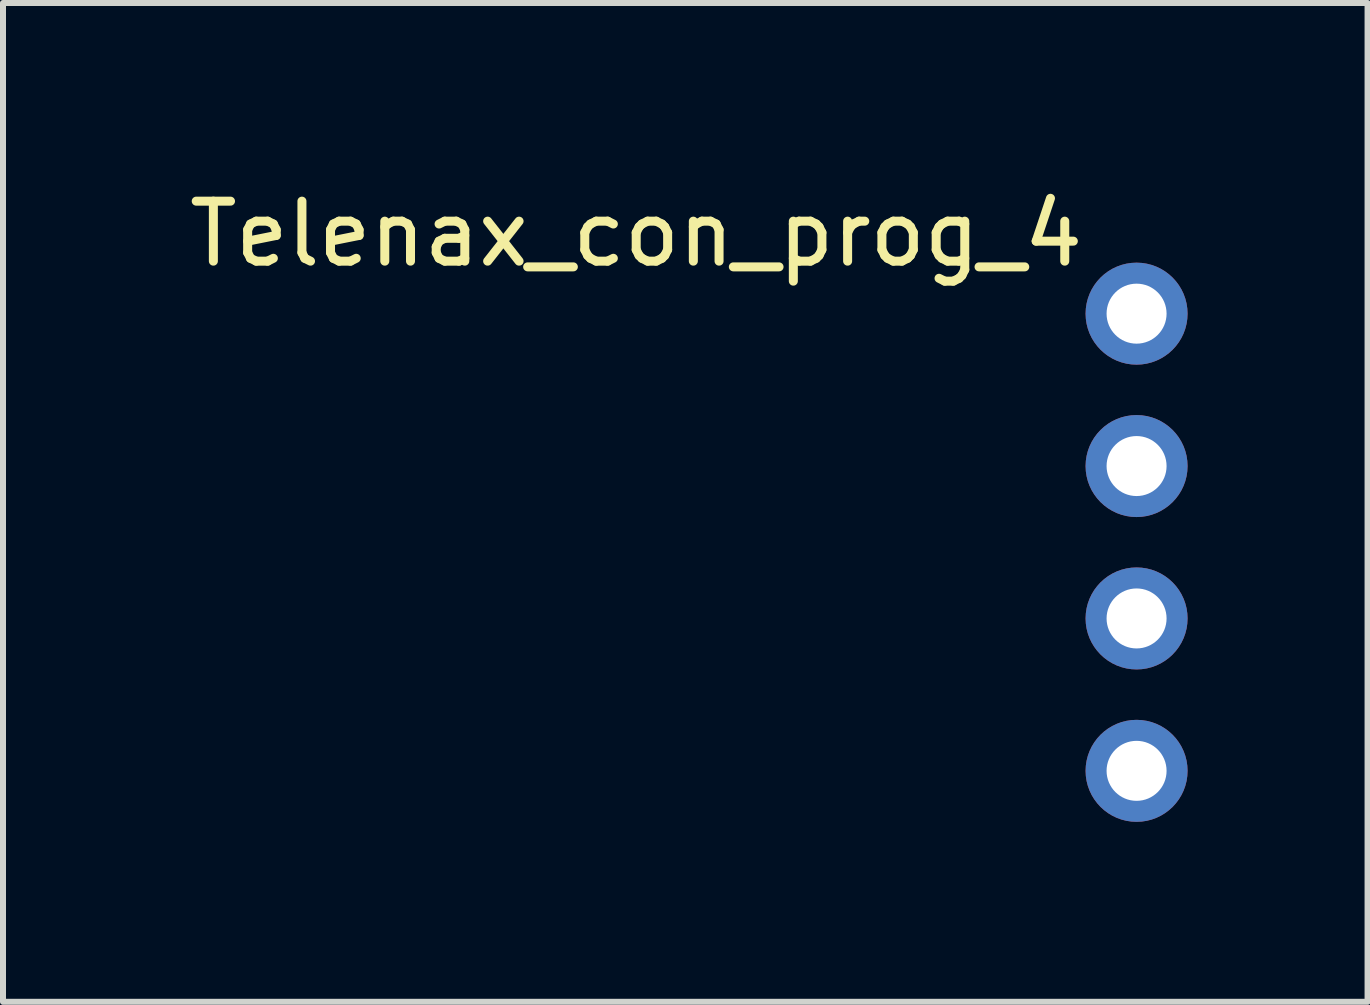
<source format=kicad_pcb>
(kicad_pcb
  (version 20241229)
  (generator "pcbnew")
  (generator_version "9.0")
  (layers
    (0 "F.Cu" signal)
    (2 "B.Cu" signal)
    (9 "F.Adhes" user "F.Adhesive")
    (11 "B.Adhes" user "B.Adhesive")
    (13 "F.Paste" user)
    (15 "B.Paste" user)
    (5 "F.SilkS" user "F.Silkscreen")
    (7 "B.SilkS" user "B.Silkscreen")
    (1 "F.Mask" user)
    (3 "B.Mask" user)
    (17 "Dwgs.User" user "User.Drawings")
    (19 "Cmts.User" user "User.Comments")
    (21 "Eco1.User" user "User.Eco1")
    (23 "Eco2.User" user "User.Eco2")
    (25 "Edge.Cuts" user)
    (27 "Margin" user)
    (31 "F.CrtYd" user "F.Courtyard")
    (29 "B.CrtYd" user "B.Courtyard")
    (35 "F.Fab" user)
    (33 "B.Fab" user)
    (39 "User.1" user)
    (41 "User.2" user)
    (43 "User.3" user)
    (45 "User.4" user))
  (footprint "Telenax_con_prog_4"
    (layer "F.Cu")
    (at 15.894 2.178)
    (property "Reference" "Telenax_con_prog_4" (at -8.34 -1.33 0) (layer "F.SilkS") (effects (font (size 1 1) (thickness 0.15))))
    (attr through_hole)
    (pad "1" thru_hole circle (at 0 0) (size 1.7 1.7) (drill 1) (layers "*.Cu" "*.Mask"))
    (pad "2" thru_hole oval (at 0 2.54) (size 1.7 1.7) (drill 1) (layers "*.Cu" "*.Mask"))
    (pad "3" thru_hole oval (at 0 5.08) (size 1.7 1.7) (drill 1) (layers "*.Cu" "*.Mask"))
    (pad "4" thru_hole oval (at 0 7.62) (size 1.7 1.7) (drill 1) (layers "*.Cu" "*.Mask")))
  (gr_rect
    (start -3 -3)
    (end 19.744 13.648)
    (stroke (width 0.1) (type default))
    (fill no)
    (layer "Edge.Cuts")))
</source>
